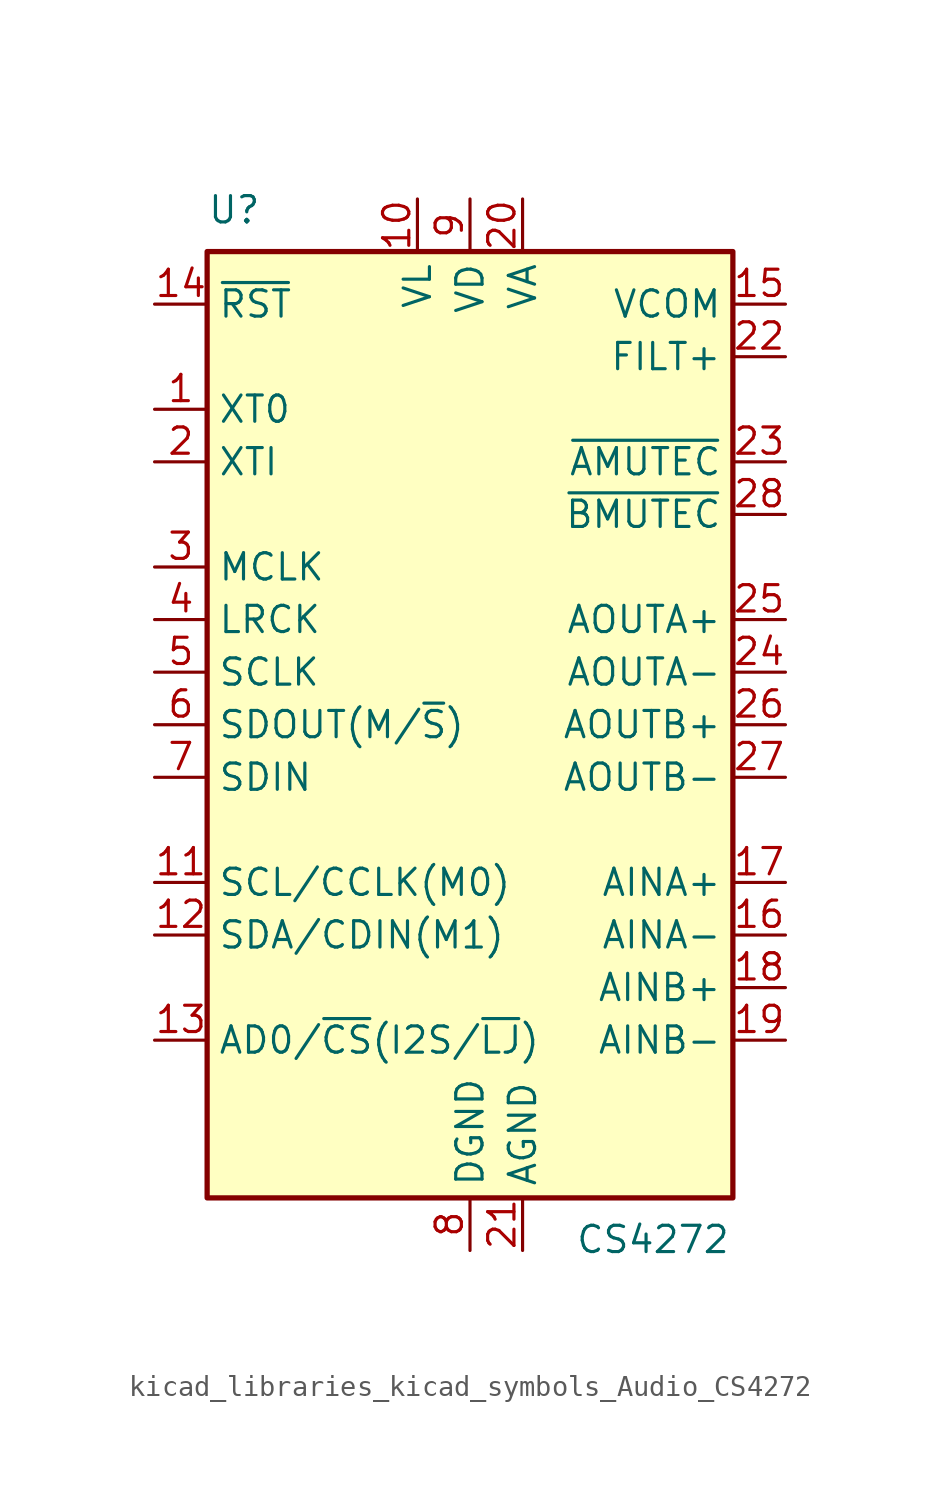
<source format=kicad_sym>
(kicad_symbol_lib
  (version 20220914)
  (generator kicad_symbol_editor)
  (symbol "kicad_libraries_kicad_symbols_Audio_CS4272"
    (property "Reference" "U"
      (at -12.7 24.13 0)
      (effects (font (size 1.27 1.27)) (justify left bottom)))
    (property "Value" "CS4272"
      (at 5.08 -24.13 0)
      (effects (font (size 1.27 1.27)) (justify left top)))
    (symbol "kicad_libraries_kicad_symbols_Audio_CS4272_0_1"
      (rectangle (start -12.7 22.86) (end 12.7 -22.86) (stroke (width 0.254) (type default)) (fill (type background))))
    (symbol "kicad_libraries_kicad_symbols_Audio_CS4272_1_1"
      (pin output line (at -15.24 15.24 0) (length 2.54) (name "XT0" (effects (font (size 1.27 1.27)))) (number "1" (effects (font (size 1.27 1.27)))))
      (pin power_in line (at -2.54 25.4 270) (length 2.54) (name "VL" (effects (font (size 1.27 1.27)))) (number "10" (effects (font (size 1.27 1.27)))))
      (pin input line (at -15.24 -7.62 0) (length 2.54) (name "SCL/CCLK(M0)" (effects (font (size 1.27 1.27)))) (number "11" (effects (font (size 1.27 1.27)))))
      (pin bidirectional line (at -15.24 -10.16 0) (length 2.54) (name "SDA/CDIN(M1)" (effects (font (size 1.27 1.27)))) (number "12" (effects (font (size 1.27 1.27)))))
      (pin input line (at -15.24 -15.24 0) (length 2.54) (name "AD0/~{CS}(I2S/~{LJ})" (effects (font (size 1.27 1.27)))) (number "13" (effects (font (size 1.27 1.27)))))
      (pin input line (at -15.24 20.32 0) (length 2.54) (name "~{RST}" (effects (font (size 1.27 1.27)))) (number "14" (effects (font (size 1.27 1.27)))))
      (pin output line (at 15.24 20.32 180) (length 2.54) (name "VCOM" (effects (font (size 1.27 1.27)))) (number "15" (effects (font (size 1.27 1.27)))))
      (pin input line (at 15.24 -10.16 180) (length 2.54) (name "AINA-" (effects (font (size 1.27 1.27)))) (number "16" (effects (font (size 1.27 1.27)))))
      (pin input line (at 15.24 -7.62 180) (length 2.54) (name "AINA+" (effects (font (size 1.27 1.27)))) (number "17" (effects (font (size 1.27 1.27)))))
      (pin input line (at 15.24 -12.7 180) (length 2.54) (name "AINB+" (effects (font (size 1.27 1.27)))) (number "18" (effects (font (size 1.27 1.27)))))
      (pin input line (at 15.24 -15.24 180) (length 2.54) (name "AINB-" (effects (font (size 1.27 1.27)))) (number "19" (effects (font (size 1.27 1.27)))))
      (pin input line (at -15.24 12.7 0) (length 2.54) (name "XTI" (effects (font (size 1.27 1.27)))) (number "2" (effects (font (size 1.27 1.27)))))
      (pin power_in line (at 2.54 25.4 270) (length 2.54) (name "VA" (effects (font (size 1.27 1.27)))) (number "20" (effects (font (size 1.27 1.27)))))
      (pin power_in line (at 2.54 -25.4 90) (length 2.54) (name "AGND" (effects (font (size 1.27 1.27)))) (number "21" (effects (font (size 1.27 1.27)))))
      (pin output line (at 15.24 17.78 180) (length 2.54) (name "FILT+" (effects (font (size 1.27 1.27)))) (number "22" (effects (font (size 1.27 1.27)))))
      (pin output line (at 15.24 12.7 180) (length 2.54) (name "~{AMUTEC}" (effects (font (size 1.27 1.27)))) (number "23" (effects (font (size 1.27 1.27)))))
      (pin output line (at 15.24 2.54 180) (length 2.54) (name "AOUTA-" (effects (font (size 1.27 1.27)))) (number "24" (effects (font (size 1.27 1.27)))))
      (pin output line (at 15.24 5.08 180) (length 2.54) (name "AOUTA+" (effects (font (size 1.27 1.27)))) (number "25" (effects (font (size 1.27 1.27)))))
      (pin output line (at 15.24 0 180) (length 2.54) (name "AOUTB+" (effects (font (size 1.27 1.27)))) (number "26" (effects (font (size 1.27 1.27)))))
      (pin output line (at 15.24 -2.54 180) (length 2.54) (name "AOUTB-" (effects (font (size 1.27 1.27)))) (number "27" (effects (font (size 1.27 1.27)))))
      (pin output line (at 15.24 10.16 180) (length 2.54) (name "~{BMUTEC}" (effects (font (size 1.27 1.27)))) (number "28" (effects (font (size 1.27 1.27)))))
      (pin bidirectional line (at -15.24 7.62 0) (length 2.54) (name "MCLK" (effects (font (size 1.27 1.27)))) (number "3" (effects (font (size 1.27 1.27)))))
      (pin bidirectional line (at -15.24 5.08 0) (length 2.54) (name "LRCK" (effects (font (size 1.27 1.27)))) (number "4" (effects (font (size 1.27 1.27)))))
      (pin bidirectional line (at -15.24 2.54 0) (length 2.54) (name "SCLK" (effects (font (size 1.27 1.27)))) (number "5" (effects (font (size 1.27 1.27)))))
      (pin output line (at -15.24 0 0) (length 2.54) (name "SDOUT(M/~{S})" (effects (font (size 1.27 1.27)))) (number "6" (effects (font (size 1.27 1.27)))))
      (pin input line (at -15.24 -2.54 0) (length 2.54) (name "SDIN" (effects (font (size 1.27 1.27)))) (number "7" (effects (font (size 1.27 1.27)))))
      (pin power_in line (at 0 -25.4 90) (length 2.54) (name "DGND" (effects (font (size 1.27 1.27)))) (number "8" (effects (font (size 1.27 1.27)))))
      (pin power_in line (at 0 25.4 270) (length 2.54) (name "VD" (effects (font (size 1.27 1.27)))) (number "9" (effects (font (size 1.27 1.27))))))))
</source>
